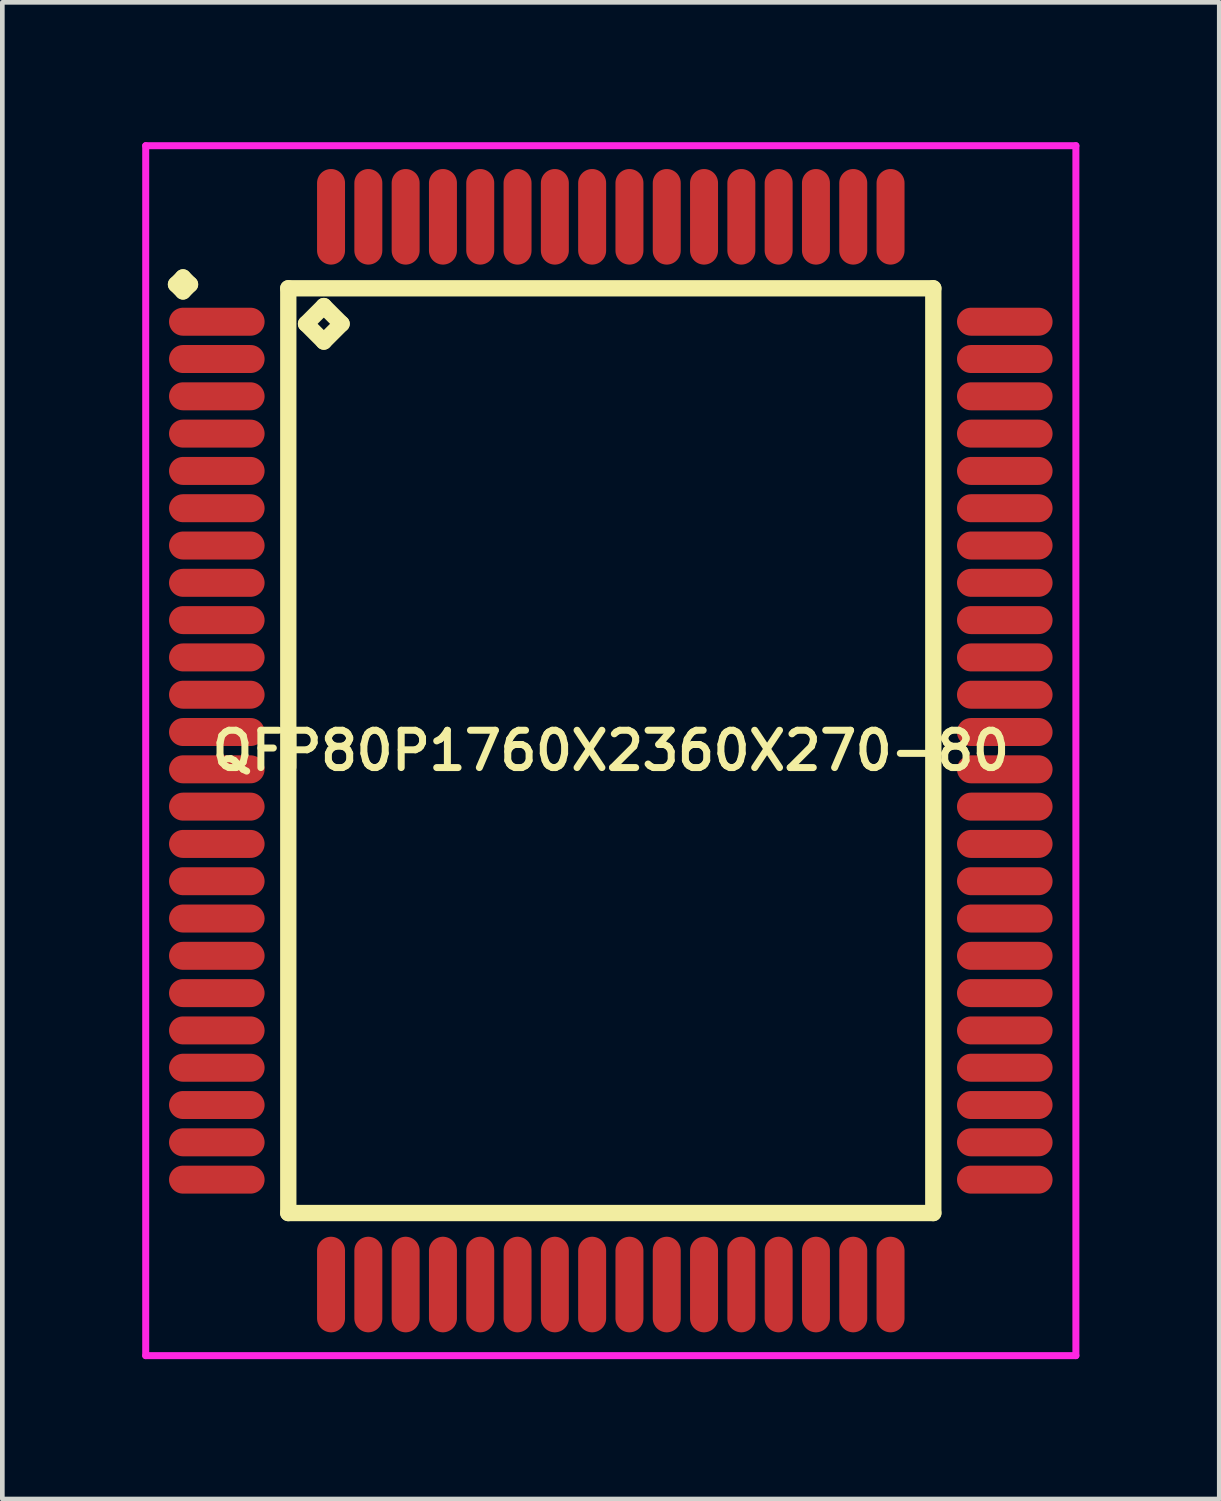
<source format=kicad_pcb>
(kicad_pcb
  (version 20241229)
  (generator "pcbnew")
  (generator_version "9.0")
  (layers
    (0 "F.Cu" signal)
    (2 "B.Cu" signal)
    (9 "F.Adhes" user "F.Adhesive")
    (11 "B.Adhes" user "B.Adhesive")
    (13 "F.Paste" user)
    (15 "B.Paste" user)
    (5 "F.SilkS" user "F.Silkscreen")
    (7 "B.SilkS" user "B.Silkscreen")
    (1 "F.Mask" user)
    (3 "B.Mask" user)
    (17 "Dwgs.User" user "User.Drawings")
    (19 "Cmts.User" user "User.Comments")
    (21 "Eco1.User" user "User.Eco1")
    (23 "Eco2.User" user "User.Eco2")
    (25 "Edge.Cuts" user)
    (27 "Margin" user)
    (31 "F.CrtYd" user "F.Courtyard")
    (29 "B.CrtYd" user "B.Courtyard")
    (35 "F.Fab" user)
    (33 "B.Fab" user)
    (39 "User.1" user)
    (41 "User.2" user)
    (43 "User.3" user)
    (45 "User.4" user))
  (footprint "QFP80P1760X2360X270-80"
    (layer "F.Cu")
    (at 10.05 13.05)
    (property "Reference" "QFP80P1760X2360X270-80" (at 0 0 0) (layer "F.SilkS") (effects (font (size 0.8 0.8) (thickness 0.15))))
    (attr smd)
    (fp_line (start -9.325 -10) (end -9.175 -10.15) (stroke (width 0.35) (type solid)) (layer "F.SilkS"))
    (fp_line (start -9.175 -10.15) (end -9.025 -10) (stroke (width 0.35) (type solid)) (layer "F.SilkS"))
    (fp_line (start -9.175 -9.85) (end -9.325 -10) (stroke (width 0.35) (type solid)) (layer "F.SilkS"))
    (fp_line (start -9.025 -10) (end -9.175 -9.85) (stroke (width 0.35) (type solid)) (layer "F.SilkS"))
    (fp_line (start -6.917 -9.917) (end -6.917 9.917) (stroke (width 0.35) (type solid)) (layer "F.SilkS"))
    (fp_line (start -6.917 9.917) (end 6.917 9.917) (stroke (width 0.35) (type solid)) (layer "F.SilkS"))
    (fp_line (start -6.536 -9.155) (end -6.155 -9.536) (stroke (width 0.35) (type solid)) (layer "F.SilkS"))
    (fp_line (start -6.155 -9.536) (end -5.774 -9.155) (stroke (width 0.35) (type solid)) (layer "F.SilkS"))
    (fp_line (start -6.155 -8.774) (end -6.536 -9.155) (stroke (width 0.35) (type solid)) (layer "F.SilkS"))
    (fp_line (start -5.774 -9.155) (end -6.155 -8.774) (stroke (width 0.35) (type solid)) (layer "F.SilkS"))
    (fp_line (start 6.917 -9.917) (end -6.917 -9.917) (stroke (width 0.35) (type solid)) (layer "F.SilkS"))
    (fp_line (start 6.917 9.917) (end 6.917 -9.917) (stroke (width 0.35) (type solid)) (layer "F.SilkS"))
    (fp_line (start -9.975 -12.975) (end 9.975 -12.975) (stroke (width 0.15) (type solid)) (layer "F.CrtYd"))
    (fp_line (start -9.975 12.975) (end -9.975 -12.975) (stroke (width 0.15) (type solid)) (layer "F.CrtYd"))
    (fp_line (start 9.975 -12.975) (end 9.975 12.975) (stroke (width 0.15) (type solid)) (layer "F.CrtYd"))
    (fp_line (start 9.975 12.975) (end -9.975 12.975) (stroke (width 0.15) (type solid)) (layer "F.CrtYd"))
    (pad "1" smd oval (at -8.45 -9.2) (size 2.05 0.6) (layers "F.Cu" "F.Mask" "F.Paste"))
    (pad "2" smd oval (at -8.45 -8.4) (size 2.05 0.6) (layers "F.Cu" "F.Mask" "F.Paste"))
    (pad "3" smd oval (at -8.45 -7.6) (size 2.05 0.6) (layers "F.Cu" "F.Mask" "F.Paste"))
    (pad "4" smd oval (at -8.45 -6.8) (size 2.05 0.6) (layers "F.Cu" "F.Mask" "F.Paste"))
    (pad "5" smd oval (at -8.45 -6) (size 2.05 0.6) (layers "F.Cu" "F.Mask" "F.Paste"))
    (pad "6" smd oval (at -8.45 -5.2) (size 2.05 0.6) (layers "F.Cu" "F.Mask" "F.Paste"))
    (pad "7" smd oval (at -8.45 -4.4) (size 2.05 0.6) (layers "F.Cu" "F.Mask" "F.Paste"))
    (pad "8" smd oval (at -8.45 -3.6) (size 2.05 0.6) (layers "F.Cu" "F.Mask" "F.Paste"))
    (pad "9" smd oval (at -8.45 -2.8) (size 2.05 0.6) (layers "F.Cu" "F.Mask" "F.Paste"))
    (pad "10" smd oval (at -8.45 -2) (size 2.05 0.6) (layers "F.Cu" "F.Mask" "F.Paste"))
    (pad "11" smd oval (at -8.45 -1.2) (size 2.05 0.6) (layers "F.Cu" "F.Mask" "F.Paste"))
    (pad "12" smd oval (at -8.45 -0.4) (size 2.05 0.6) (layers "F.Cu" "F.Mask" "F.Paste"))
    (pad "13" smd oval (at -8.45 0.4) (size 2.05 0.6) (layers "F.Cu" "F.Mask" "F.Paste"))
    (pad "14" smd oval (at -8.45 1.2) (size 2.05 0.6) (layers "F.Cu" "F.Mask" "F.Paste"))
    (pad "15" smd oval (at -8.45 2) (size 2.05 0.6) (layers "F.Cu" "F.Mask" "F.Paste"))
    (pad "16" smd oval (at -8.45 2.8) (size 2.05 0.6) (layers "F.Cu" "F.Mask" "F.Paste"))
    (pad "17" smd oval (at -8.45 3.6) (size 2.05 0.6) (layers "F.Cu" "F.Mask" "F.Paste"))
    (pad "18" smd oval (at -8.45 4.4) (size 2.05 0.6) (layers "F.Cu" "F.Mask" "F.Paste"))
    (pad "19" smd oval (at -8.45 5.2) (size 2.05 0.6) (layers "F.Cu" "F.Mask" "F.Paste"))
    (pad "20" smd oval (at -8.45 6) (size 2.05 0.6) (layers "F.Cu" "F.Mask" "F.Paste"))
    (pad "21" smd oval (at -8.45 6.8) (size 2.05 0.6) (layers "F.Cu" "F.Mask" "F.Paste"))
    (pad "22" smd oval (at -8.45 7.6) (size 2.05 0.6) (layers "F.Cu" "F.Mask" "F.Paste"))
    (pad "23" smd oval (at -8.45 8.4) (size 2.05 0.6) (layers "F.Cu" "F.Mask" "F.Paste"))
    (pad "24" smd oval (at -8.45 9.2) (size 2.05 0.6) (layers "F.Cu" "F.Mask" "F.Paste"))
    (pad "25" smd oval (at -6 11.45) (size 0.6 2.05) (layers "F.Cu" "F.Mask" "F.Paste"))
    (pad "26" smd oval (at -5.2 11.45) (size 0.6 2.05) (layers "F.Cu" "F.Mask" "F.Paste"))
    (pad "27" smd oval (at -4.4 11.45) (size 0.6 2.05) (layers "F.Cu" "F.Mask" "F.Paste"))
    (pad "28" smd oval (at -3.6 11.45) (size 0.6 2.05) (layers "F.Cu" "F.Mask" "F.Paste"))
    (pad "29" smd oval (at -2.8 11.45) (size 0.6 2.05) (layers "F.Cu" "F.Mask" "F.Paste"))
    (pad "30" smd oval (at -2 11.45) (size 0.6 2.05) (layers "F.Cu" "F.Mask" "F.Paste"))
    (pad "31" smd oval (at -1.2 11.45) (size 0.6 2.05) (layers "F.Cu" "F.Mask" "F.Paste"))
    (pad "32" smd oval (at -0.4 11.45) (size 0.6 2.05) (layers "F.Cu" "F.Mask" "F.Paste"))
    (pad "33" smd oval (at 0.4 11.45) (size 0.6 2.05) (layers "F.Cu" "F.Mask" "F.Paste"))
    (pad "34" smd oval (at 1.2 11.45) (size 0.6 2.05) (layers "F.Cu" "F.Mask" "F.Paste"))
    (pad "35" smd oval (at 2 11.45) (size 0.6 2.05) (layers "F.Cu" "F.Mask" "F.Paste"))
    (pad "36" smd oval (at 2.8 11.45) (size 0.6 2.05) (layers "F.Cu" "F.Mask" "F.Paste"))
    (pad "37" smd oval (at 3.6 11.45) (size 0.6 2.05) (layers "F.Cu" "F.Mask" "F.Paste"))
    (pad "38" smd oval (at 4.4 11.45) (size 0.6 2.05) (layers "F.Cu" "F.Mask" "F.Paste"))
    (pad "39" smd oval (at 5.2 11.45) (size 0.6 2.05) (layers "F.Cu" "F.Mask" "F.Paste"))
    (pad "40" smd oval (at 6 11.45) (size 0.6 2.05) (layers "F.Cu" "F.Mask" "F.Paste"))
    (pad "41" smd oval (at 8.45 9.2) (size 2.05 0.6) (layers "F.Cu" "F.Mask" "F.Paste"))
    (pad "42" smd oval (at 8.45 8.4) (size 2.05 0.6) (layers "F.Cu" "F.Mask" "F.Paste"))
    (pad "43" smd oval (at 8.45 7.6) (size 2.05 0.6) (layers "F.Cu" "F.Mask" "F.Paste"))
    (pad "44" smd oval (at 8.45 6.8) (size 2.05 0.6) (layers "F.Cu" "F.Mask" "F.Paste"))
    (pad "45" smd oval (at 8.45 6) (size 2.05 0.6) (layers "F.Cu" "F.Mask" "F.Paste"))
    (pad "46" smd oval (at 8.45 5.2) (size 2.05 0.6) (layers "F.Cu" "F.Mask" "F.Paste"))
    (pad "47" smd oval (at 8.45 4.4) (size 2.05 0.6) (layers "F.Cu" "F.Mask" "F.Paste"))
    (pad "48" smd oval (at 8.45 3.6) (size 2.05 0.6) (layers "F.Cu" "F.Mask" "F.Paste"))
    (pad "49" smd oval (at 8.45 2.8) (size 2.05 0.6) (layers "F.Cu" "F.Mask" "F.Paste"))
    (pad "50" smd oval (at 8.45 2) (size 2.05 0.6) (layers "F.Cu" "F.Mask" "F.Paste"))
    (pad "51" smd oval (at 8.45 1.2) (size 2.05 0.6) (layers "F.Cu" "F.Mask" "F.Paste"))
    (pad "52" smd oval (at 8.45 0.4) (size 2.05 0.6) (layers "F.Cu" "F.Mask" "F.Paste"))
    (pad "53" smd oval (at 8.45 -0.4) (size 2.05 0.6) (layers "F.Cu" "F.Mask" "F.Paste"))
    (pad "54" smd oval (at 8.45 -1.2) (size 2.05 0.6) (layers "F.Cu" "F.Mask" "F.Paste"))
    (pad "55" smd oval (at 8.45 -2) (size 2.05 0.6) (layers "F.Cu" "F.Mask" "F.Paste"))
    (pad "56" smd oval (at 8.45 -2.8) (size 2.05 0.6) (layers "F.Cu" "F.Mask" "F.Paste"))
    (pad "57" smd oval (at 8.45 -3.6) (size 2.05 0.6) (layers "F.Cu" "F.Mask" "F.Paste"))
    (pad "58" smd oval (at 8.45 -4.4) (size 2.05 0.6) (layers "F.Cu" "F.Mask" "F.Paste"))
    (pad "59" smd oval (at 8.45 -5.2) (size 2.05 0.6) (layers "F.Cu" "F.Mask" "F.Paste"))
    (pad "60" smd oval (at 8.45 -6) (size 2.05 0.6) (layers "F.Cu" "F.Mask" "F.Paste"))
    (pad "61" smd oval (at 8.45 -6.8) (size 2.05 0.6) (layers "F.Cu" "F.Mask" "F.Paste"))
    (pad "62" smd oval (at 8.45 -7.6) (size 2.05 0.6) (layers "F.Cu" "F.Mask" "F.Paste"))
    (pad "63" smd oval (at 8.45 -8.4) (size 2.05 0.6) (layers "F.Cu" "F.Mask" "F.Paste"))
    (pad "64" smd oval (at 8.45 -9.2) (size 2.05 0.6) (layers "F.Cu" "F.Mask" "F.Paste"))
    (pad "65" smd oval (at 6 -11.45) (size 0.6 2.05) (layers "F.Cu" "F.Mask" "F.Paste"))
    (pad "66" smd oval (at 5.2 -11.45) (size 0.6 2.05) (layers "F.Cu" "F.Mask" "F.Paste"))
    (pad "67" smd oval (at 4.4 -11.45) (size 0.6 2.05) (layers "F.Cu" "F.Mask" "F.Paste"))
    (pad "68" smd oval (at 3.6 -11.45) (size 0.6 2.05) (layers "F.Cu" "F.Mask" "F.Paste"))
    (pad "69" smd oval (at 2.8 -11.45) (size 0.6 2.05) (layers "F.Cu" "F.Mask" "F.Paste"))
    (pad "70" smd oval (at 2 -11.45) (size 0.6 2.05) (layers "F.Cu" "F.Mask" "F.Paste"))
    (pad "71" smd oval (at 1.2 -11.45) (size 0.6 2.05) (layers "F.Cu" "F.Mask" "F.Paste"))
    (pad "72" smd oval (at 0.4 -11.45) (size 0.6 2.05) (layers "F.Cu" "F.Mask" "F.Paste"))
    (pad "73" smd oval (at -0.4 -11.45) (size 0.6 2.05) (layers "F.Cu" "F.Mask" "F.Paste"))
    (pad "74" smd oval (at -1.2 -11.45) (size 0.6 2.05) (layers "F.Cu" "F.Mask" "F.Paste"))
    (pad "75" smd oval (at -2 -11.45) (size 0.6 2.05) (layers "F.Cu" "F.Mask" "F.Paste"))
    (pad "76" smd oval (at -2.8 -11.45) (size 0.6 2.05) (layers "F.Cu" "F.Mask" "F.Paste"))
    (pad "77" smd oval (at -3.6 -11.45) (size 0.6 2.05) (layers "F.Cu" "F.Mask" "F.Paste"))
    (pad "78" smd oval (at -4.4 -11.45) (size 0.6 2.05) (layers "F.Cu" "F.Mask" "F.Paste"))
    (pad "79" smd oval (at -5.2 -11.45) (size 0.6 2.05) (layers "F.Cu" "F.Mask" "F.Paste"))
    (pad "80" smd oval (at -6 -11.45) (size 0.6 2.05) (layers "F.Cu" "F.Mask" "F.Paste")))
  (gr_rect
    (start -3 -3)
    (end 23.1 29.1)
    (stroke (width 0.1) (type default))
    (fill no)
    (layer "Edge.Cuts")))
</source>
